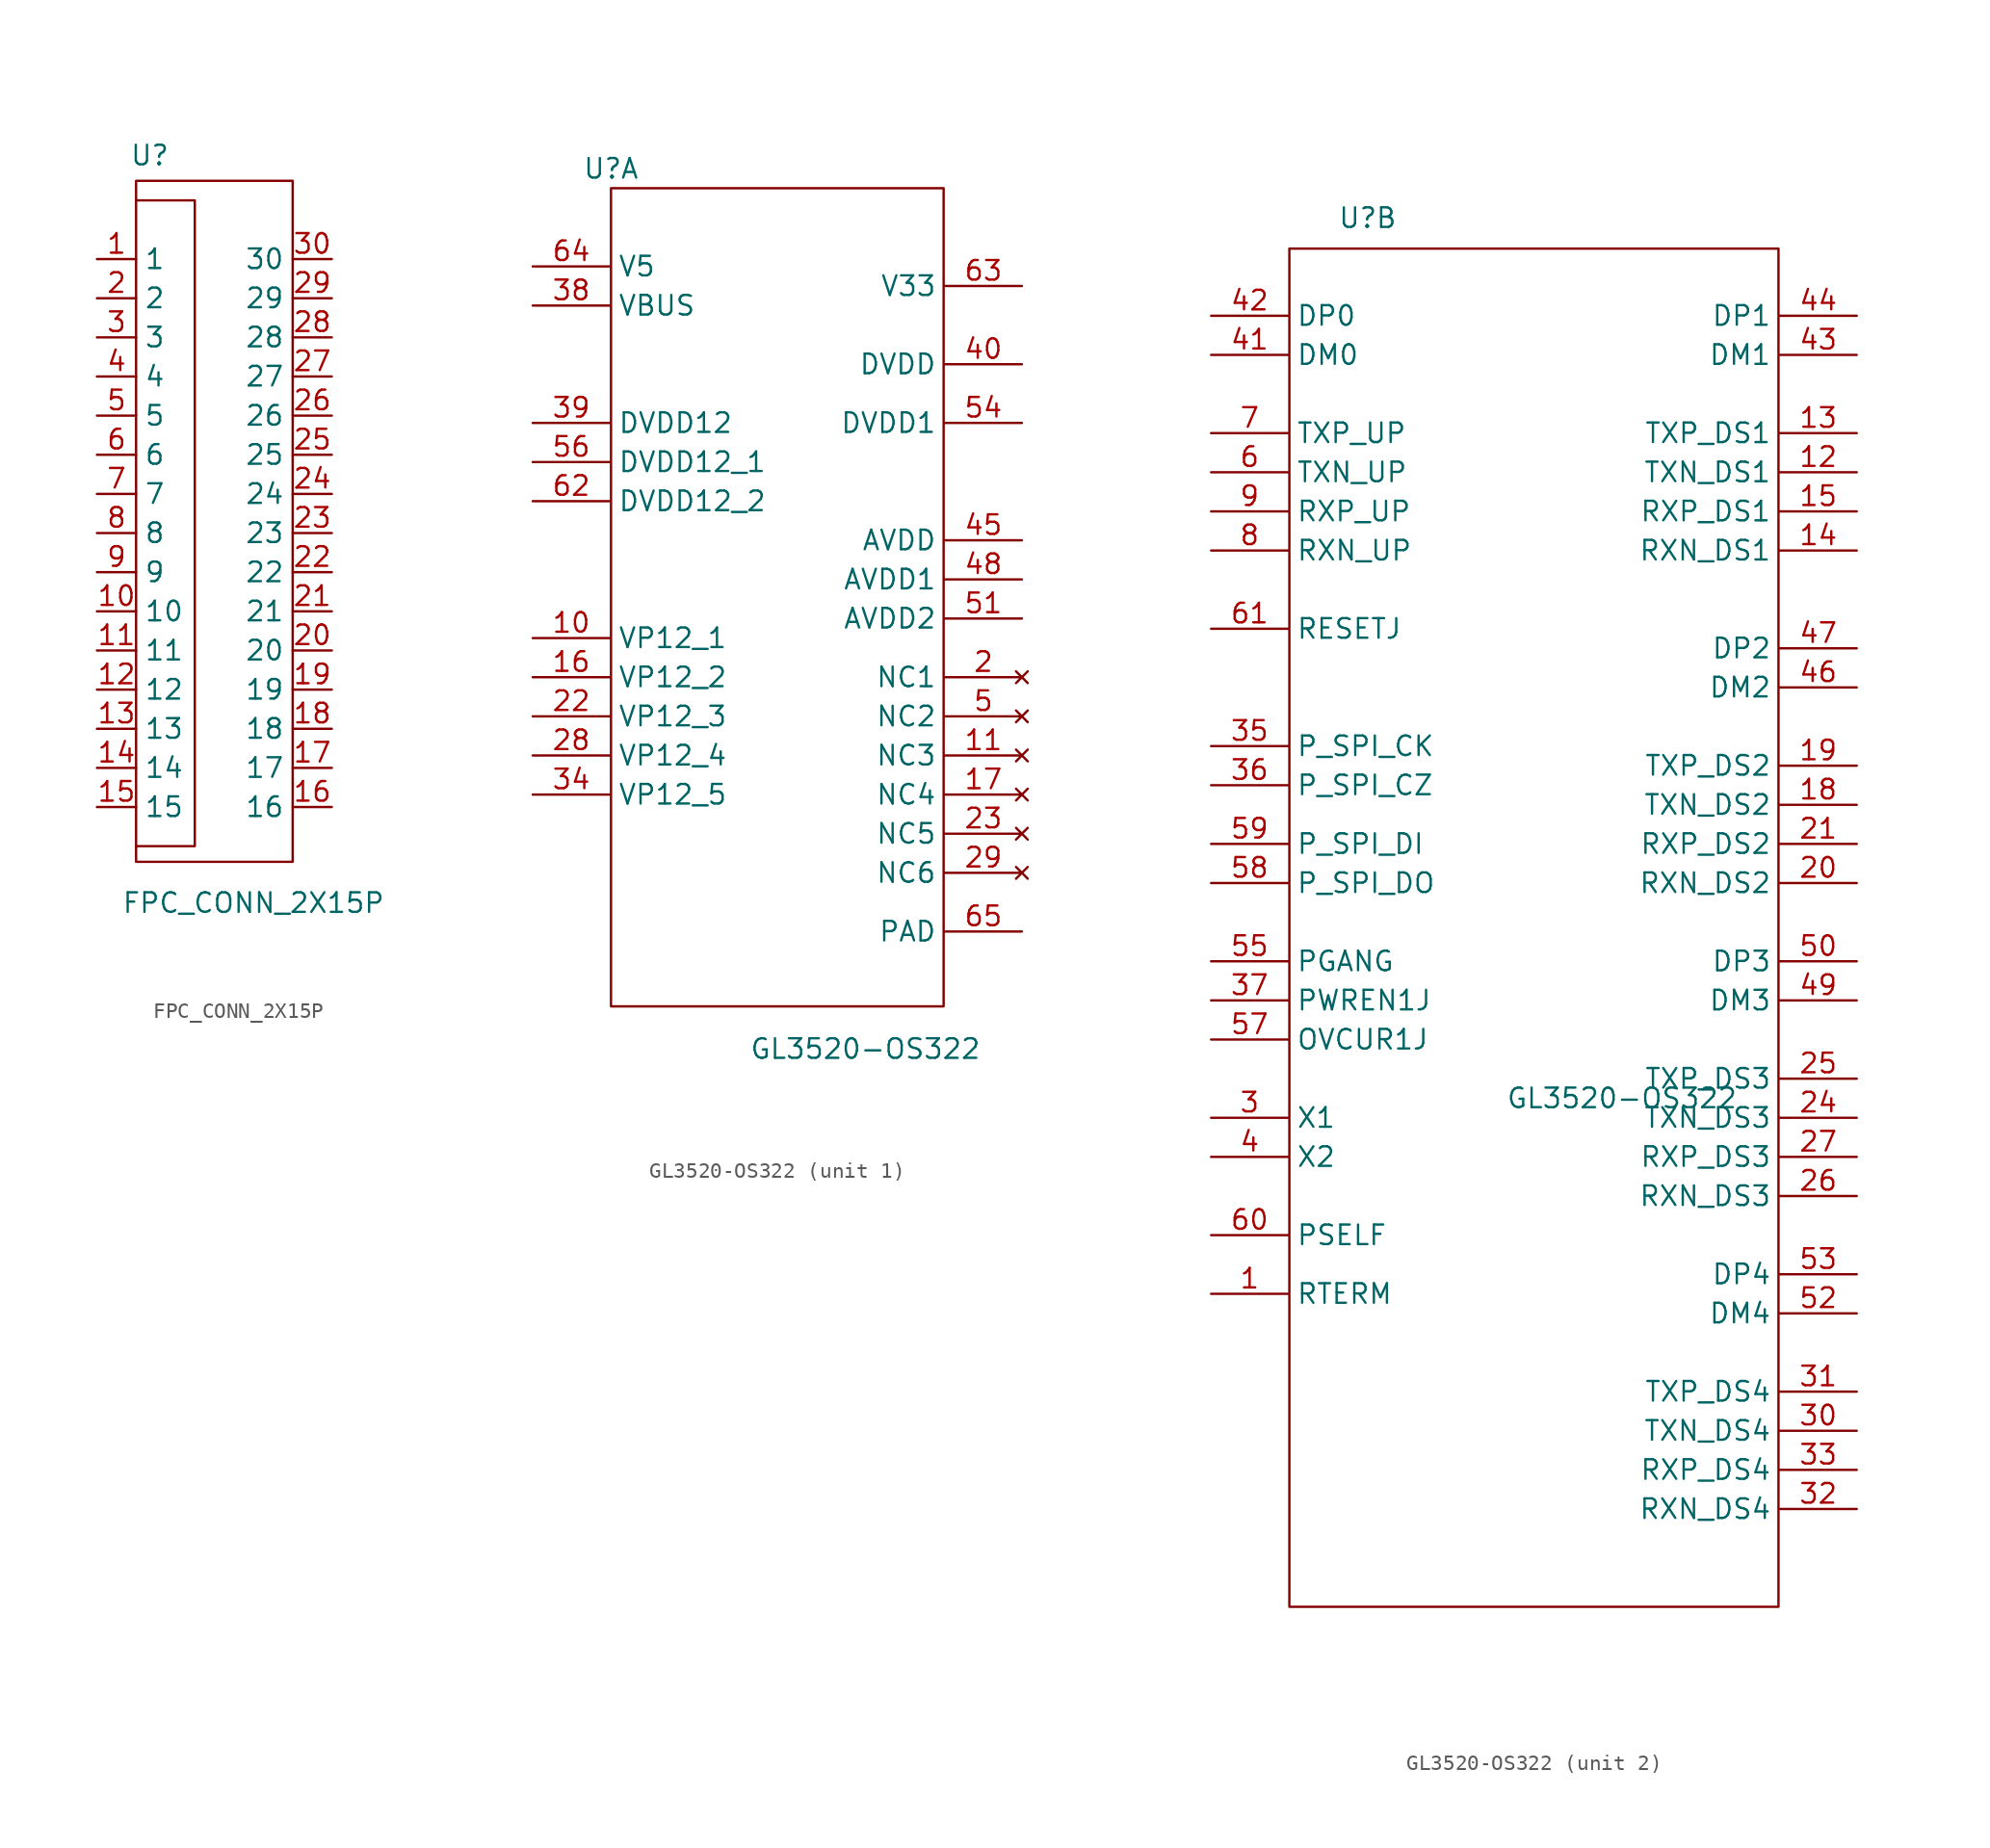
<source format=kicad_sym>
(kicad_symbol_lib
  (version 20201005)
  (generator kicad_symbol_editor)
  (symbol "BeagleV:FPC_CONN_2X15P"
    (property "Reference" "U"
      (at -4.191 23.241 0)
      (effects (font (size 1.27 1.27))))
    (property "Value" "FPC_CONN_2X15P"
      (at 2.54 -25.273 0)
      (effects (font (size 1.27 1.27))))
    (symbol "FPC_CONN_2X15P_0_1"
      (rectangle (start -5.08 21.59) (end 5.08 -22.606) (stroke (width 0.152)) (fill (type none)))
      (polyline (pts (xy -5.08 20.32) (xy -1.27 20.32) (xy -1.27 -21.59) (xy -5.08 -21.59)) (stroke (width 0.152)) (fill (type none))))
    (symbol "FPC_CONN_2X15P_1_1"
      (pin input line (at -7.62 16.51 0) (length 2.54) (name "1" (effects (font (size 1.27 1.27)))) (number "1" (effects (font (size 1.27 1.27)))))
      (pin input line (at -7.62 -6.35 0) (length 2.54) (name "10" (effects (font (size 1.27 1.27)))) (number "10" (effects (font (size 1.27 1.27)))))
      (pin input line (at -7.62 -8.89 0) (length 2.54) (name "11" (effects (font (size 1.27 1.27)))) (number "11" (effects (font (size 1.27 1.27)))))
      (pin input line (at -7.62 -11.43 0) (length 2.54) (name "12" (effects (font (size 1.27 1.27)))) (number "12" (effects (font (size 1.27 1.27)))))
      (pin input line (at -7.62 -13.97 0) (length 2.54) (name "13" (effects (font (size 1.27 1.27)))) (number "13" (effects (font (size 1.27 1.27)))))
      (pin input line (at -7.62 -16.51 0) (length 2.54) (name "14" (effects (font (size 1.27 1.27)))) (number "14" (effects (font (size 1.27 1.27)))))
      (pin input line (at -7.62 -19.05 0) (length 2.54) (name "15" (effects (font (size 1.27 1.27)))) (number "15" (effects (font (size 1.27 1.27)))))
      (pin input line (at 7.62 -19.05 180) (length 2.54) (name "16" (effects (font (size 1.27 1.27)))) (number "16" (effects (font (size 1.27 1.27)))))
      (pin input line (at 7.62 -16.51 180) (length 2.54) (name "17" (effects (font (size 1.27 1.27)))) (number "17" (effects (font (size 1.27 1.27)))))
      (pin input line (at 7.62 -13.97 180) (length 2.54) (name "18" (effects (font (size 1.27 1.27)))) (number "18" (effects (font (size 1.27 1.27)))))
      (pin input line (at 7.62 -11.43 180) (length 2.54) (name "19" (effects (font (size 1.27 1.27)))) (number "19" (effects (font (size 1.27 1.27)))))
      (pin input line (at -7.62 13.97 0) (length 2.54) (name "2" (effects (font (size 1.27 1.27)))) (number "2" (effects (font (size 1.27 1.27)))))
      (pin input line (at 7.62 -8.89 180) (length 2.54) (name "20" (effects (font (size 1.27 1.27)))) (number "20" (effects (font (size 1.27 1.27)))))
      (pin input line (at 7.62 -6.35 180) (length 2.54) (name "21" (effects (font (size 1.27 1.27)))) (number "21" (effects (font (size 1.27 1.27)))))
      (pin input line (at 7.62 -3.81 180) (length 2.54) (name "22" (effects (font (size 1.27 1.27)))) (number "22" (effects (font (size 1.27 1.27)))))
      (pin input line (at 7.62 -1.27 180) (length 2.54) (name "23" (effects (font (size 1.27 1.27)))) (number "23" (effects (font (size 1.27 1.27)))))
      (pin input line (at 7.62 1.27 180) (length 2.54) (name "24" (effects (font (size 1.27 1.27)))) (number "24" (effects (font (size 1.27 1.27)))))
      (pin input line (at 7.62 3.81 180) (length 2.54) (name "25" (effects (font (size 1.27 1.27)))) (number "25" (effects (font (size 1.27 1.27)))))
      (pin input line (at 7.62 6.35 180) (length 2.54) (name "26" (effects (font (size 1.27 1.27)))) (number "26" (effects (font (size 1.27 1.27)))))
      (pin input line (at 7.62 8.89 180) (length 2.54) (name "27" (effects (font (size 1.27 1.27)))) (number "27" (effects (font (size 1.27 1.27)))))
      (pin input line (at 7.62 11.43 180) (length 2.54) (name "28" (effects (font (size 1.27 1.27)))) (number "28" (effects (font (size 1.27 1.27)))))
      (pin input line (at 7.62 13.97 180) (length 2.54) (name "29" (effects (font (size 1.27 1.27)))) (number "29" (effects (font (size 1.27 1.27)))))
      (pin input line (at -7.62 11.43 0) (length 2.54) (name "3" (effects (font (size 1.27 1.27)))) (number "3" (effects (font (size 1.27 1.27)))))
      (pin input line (at 7.62 16.51 180) (length 2.54) (name "30" (effects (font (size 1.27 1.27)))) (number "30" (effects (font (size 1.27 1.27)))))
      (pin input line (at -7.62 8.89 0) (length 2.54) (name "4" (effects (font (size 1.27 1.27)))) (number "4" (effects (font (size 1.27 1.27)))))
      (pin input line (at -7.62 6.35 0) (length 2.54) (name "5" (effects (font (size 1.27 1.27)))) (number "5" (effects (font (size 1.27 1.27)))))
      (pin input line (at -7.62 3.81 0) (length 2.54) (name "6" (effects (font (size 1.27 1.27)))) (number "6" (effects (font (size 1.27 1.27)))))
      (pin input line (at -7.62 1.27 0) (length 2.54) (name "7" (effects (font (size 1.27 1.27)))) (number "7" (effects (font (size 1.27 1.27)))))
      (pin input line (at -7.62 -1.27 0) (length 2.54) (name "8" (effects (font (size 1.27 1.27)))) (number "8" (effects (font (size 1.27 1.27)))))
      (pin input line (at -7.62 -3.81 0) (length 2.54) (name "9" (effects (font (size 1.27 1.27)))) (number "9" (effects (font (size 1.27 1.27)))))))
  (symbol "BeagleV:GL3520-OS322"
    (property "Reference" "U"
      (at -10.16 21.59 0)
      (effects (font (size 1.27 1.27))))
    (property "Value" "GL3520-OS322"
      (at 6.35 -35.56 0)
      (effects (font (size 1.27 1.27))))
    (property "ki_locked" ""
      (at 0 0 0)
      (effects (font (size 1.27 1.27))))
    (symbol "GL3520-OS322_1_1"
      (rectangle (start -10.16 20.32) (end 11.43 -32.8) (stroke (width 0.152)) (fill (type none)))
      (pin power_in line (at -15.24 -8.89 0) (length 5) (name "VP12_1" (effects (font (size 1.27 1.27)))) (number "10" (effects (font (size 1.27 1.27)))))
      (pin no_connect line (at 16.51 -16.51 180) (length 5) (name "NC3" (effects (font (size 1.27 1.27)))) (number "11" (effects (font (size 1.27 1.27)))))
      (pin power_in line (at -15.24 -11.43 0) (length 5) (name "VP12_2" (effects (font (size 1.27 1.27)))) (number "16" (effects (font (size 1.27 1.27)))))
      (pin no_connect line (at 16.51 -19.05 180) (length 5) (name "NC4" (effects (font (size 1.27 1.27)))) (number "17" (effects (font (size 1.27 1.27)))))
      (pin no_connect line (at 16.51 -11.43 180) (length 5) (name "NC1" (effects (font (size 1.27 1.27)))) (number "2" (effects (font (size 1.27 1.27)))))
      (pin power_in line (at -15.24 -13.97 0) (length 5) (name "VP12_3" (effects (font (size 1.27 1.27)))) (number "22" (effects (font (size 1.27 1.27)))))
      (pin no_connect line (at 16.51 -21.59 180) (length 5) (name "NC5" (effects (font (size 1.27 1.27)))) (number "23" (effects (font (size 1.27 1.27)))))
      (pin power_in line (at -15.24 -16.51 0) (length 5) (name "VP12_4" (effects (font (size 1.27 1.27)))) (number "28" (effects (font (size 1.27 1.27)))))
      (pin no_connect line (at 16.51 -24.13 180) (length 5) (name "NC6" (effects (font (size 1.27 1.27)))) (number "29" (effects (font (size 1.27 1.27)))))
      (pin power_in line (at -15.24 -19.05 0) (length 5) (name "VP12_5" (effects (font (size 1.27 1.27)))) (number "34" (effects (font (size 1.27 1.27)))))
      (pin power_in line (at -15.24 12.7 0) (length 5) (name "VBUS" (effects (font (size 1.27 1.27)))) (number "38" (effects (font (size 1.27 1.27)))))
      (pin power_in line (at -15.24 5.08 0) (length 5) (name "DVDD12" (effects (font (size 1.27 1.27)))) (number "39" (effects (font (size 1.27 1.27)))))
      (pin power_in line (at 16.51 8.89 180) (length 5) (name "DVDD" (effects (font (size 1.27 1.27)))) (number "40" (effects (font (size 1.27 1.27)))))
      (pin power_in line (at 16.51 -2.54 180) (length 5) (name "AVDD" (effects (font (size 1.27 1.27)))) (number "45" (effects (font (size 1.27 1.27)))))
      (pin power_in line (at 16.51 -5.08 180) (length 5) (name "AVDD1" (effects (font (size 1.27 1.27)))) (number "48" (effects (font (size 1.27 1.27)))))
      (pin no_connect line (at 16.51 -13.97 180) (length 5) (name "NC2" (effects (font (size 1.27 1.27)))) (number "5" (effects (font (size 1.27 1.27)))))
      (pin power_in line (at 16.51 -7.62 180) (length 5) (name "AVDD2" (effects (font (size 1.27 1.27)))) (number "51" (effects (font (size 1.27 1.27)))))
      (pin power_in line (at 16.51 5.08 180) (length 5) (name "DVDD1" (effects (font (size 1.27 1.27)))) (number "54" (effects (font (size 1.27 1.27)))))
      (pin power_in line (at -15.24 2.54 0) (length 5) (name "DVDD12_1" (effects (font (size 1.27 1.27)))) (number "56" (effects (font (size 1.27 1.27)))))
      (pin power_in line (at -15.24 0 0) (length 5) (name "DVDD12_2" (effects (font (size 1.27 1.27)))) (number "62" (effects (font (size 1.27 1.27)))))
      (pin power_in line (at 16.51 13.97 180) (length 5) (name "V33" (effects (font (size 1.27 1.27)))) (number "63" (effects (font (size 1.27 1.27)))))
      (pin power_in line (at -15.24 15.24 0) (length 5) (name "V5" (effects (font (size 1.27 1.27)))) (number "64" (effects (font (size 1.27 1.27)))))
      (pin passive line (at 16.51 -27.94 180) (length 5) (name "PAD" (effects (font (size 1.27 1.27)))) (number "65" (effects (font (size 1.27 1.27))))))
    (symbol "GL3520-OS322_2_1"
      (rectangle (start -15.24 19.6) (end 16.51 -68.58) (stroke (width 0.152)) (fill (type none)))
      (pin input line (at -20.32 -48.26 0) (length 5) (name "RTERM" (effects (font (size 1.27 1.27)))) (number "1" (effects (font (size 1.27 1.27)))))
      (pin output line (at 21.59 5.08 180) (length 5) (name "TXN_DS1" (effects (font (size 1.27 1.27)))) (number "12" (effects (font (size 1.27 1.27)))))
      (pin output line (at 21.59 7.62 180) (length 5) (name "TXP_DS1" (effects (font (size 1.27 1.27)))) (number "13" (effects (font (size 1.27 1.27)))))
      (pin input line (at 21.59 0 180) (length 5) (name "RXN_DS1" (effects (font (size 1.27 1.27)))) (number "14" (effects (font (size 1.27 1.27)))))
      (pin input line (at 21.59 2.54 180) (length 5) (name "RXP_DS1" (effects (font (size 1.27 1.27)))) (number "15" (effects (font (size 1.27 1.27)))))
      (pin output line (at 21.59 -16.51 180) (length 5) (name "TXN_DS2" (effects (font (size 1.27 1.27)))) (number "18" (effects (font (size 1.27 1.27)))))
      (pin output line (at 21.59 -13.97 180) (length 5) (name "TXP_DS2" (effects (font (size 1.27 1.27)))) (number "19" (effects (font (size 1.27 1.27)))))
      (pin input line (at 21.59 -21.59 180) (length 5) (name "RXN_DS2" (effects (font (size 1.27 1.27)))) (number "20" (effects (font (size 1.27 1.27)))))
      (pin input line (at 21.59 -19.05 180) (length 5) (name "RXP_DS2" (effects (font (size 1.27 1.27)))) (number "21" (effects (font (size 1.27 1.27)))))
      (pin output line (at 21.59 -36.83 180) (length 5) (name "TXN_DS3" (effects (font (size 1.27 1.27)))) (number "24" (effects (font (size 1.27 1.27)))))
      (pin output line (at 21.59 -34.29 180) (length 5) (name "TXP_DS3" (effects (font (size 1.27 1.27)))) (number "25" (effects (font (size 1.27 1.27)))))
      (pin input line (at 21.59 -41.91 180) (length 5) (name "RXN_DS3" (effects (font (size 1.27 1.27)))) (number "26" (effects (font (size 1.27 1.27)))))
      (pin input line (at 21.59 -39.37 180) (length 5) (name "RXP_DS3" (effects (font (size 1.27 1.27)))) (number "27" (effects (font (size 1.27 1.27)))))
      (pin input line (at -20.32 -36.83 0) (length 5) (name "X1" (effects (font (size 1.27 1.27)))) (number "3" (effects (font (size 1.27 1.27)))))
      (pin output line (at 21.59 -57.15 180) (length 5) (name "TXN_DS4" (effects (font (size 1.27 1.27)))) (number "30" (effects (font (size 1.27 1.27)))))
      (pin output line (at 21.59 -54.61 180) (length 5) (name "TXP_DS4" (effects (font (size 1.27 1.27)))) (number "31" (effects (font (size 1.27 1.27)))))
      (pin input line (at 21.59 -62.23 180) (length 5) (name "RXN_DS4" (effects (font (size 1.27 1.27)))) (number "32" (effects (font (size 1.27 1.27)))))
      (pin input line (at 21.59 -59.69 180) (length 5) (name "RXP_DS4" (effects (font (size 1.27 1.27)))) (number "33" (effects (font (size 1.27 1.27)))))
      (pin input line (at -20.32 -12.7 0) (length 5) (name "P_SPI_CK" (effects (font (size 1.27 1.27)))) (number "35" (effects (font (size 1.27 1.27)))))
      (pin input line (at -20.32 -15.24 0) (length 5) (name "P_SPI_CZ" (effects (font (size 1.27 1.27)))) (number "36" (effects (font (size 1.27 1.27)))))
      (pin input line (at -20.32 -29.21 0) (length 5) (name "PWREN1J" (effects (font (size 1.27 1.27)))) (number "37" (effects (font (size 1.27 1.27)))))
      (pin input line (at -20.32 -39.37 0) (length 5) (name "X2" (effects (font (size 1.27 1.27)))) (number "4" (effects (font (size 1.27 1.27)))))
      (pin input line (at -20.32 12.7 0) (length 5) (name "DM0" (effects (font (size 1.27 1.27)))) (number "41" (effects (font (size 1.27 1.27)))))
      (pin input line (at -20.32 15.24 0) (length 5) (name "DP0" (effects (font (size 1.27 1.27)))) (number "42" (effects (font (size 1.27 1.27)))))
      (pin input line (at 21.59 12.7 180) (length 5) (name "DM1" (effects (font (size 1.27 1.27)))) (number "43" (effects (font (size 1.27 1.27)))))
      (pin input line (at 21.59 15.24 180) (length 5) (name "DP1" (effects (font (size 1.27 1.27)))) (number "44" (effects (font (size 1.27 1.27)))))
      (pin input line (at 21.59 -8.89 180) (length 5) (name "DM2" (effects (font (size 1.27 1.27)))) (number "46" (effects (font (size 1.27 1.27)))))
      (pin input line (at 21.59 -6.35 180) (length 5) (name "DP2" (effects (font (size 1.27 1.27)))) (number "47" (effects (font (size 1.27 1.27)))))
      (pin input line (at 21.59 -29.21 180) (length 5) (name "DM3" (effects (font (size 1.27 1.27)))) (number "49" (effects (font (size 1.27 1.27)))))
      (pin input line (at 21.59 -26.67 180) (length 5) (name "DP3" (effects (font (size 1.27 1.27)))) (number "50" (effects (font (size 1.27 1.27)))))
      (pin input line (at 21.59 -49.53 180) (length 5) (name "DM4" (effects (font (size 1.27 1.27)))) (number "52" (effects (font (size 1.27 1.27)))))
      (pin input line (at 21.59 -46.99 180) (length 5) (name "DP4" (effects (font (size 1.27 1.27)))) (number "53" (effects (font (size 1.27 1.27)))))
      (pin input line (at -20.32 -26.67 0) (length 5) (name "PGANG" (effects (font (size 1.27 1.27)))) (number "55" (effects (font (size 1.27 1.27)))))
      (pin input line (at -20.32 -31.75 0) (length 5) (name "OVCUR1J" (effects (font (size 1.27 1.27)))) (number "57" (effects (font (size 1.27 1.27)))))
      (pin input line (at -20.32 -21.59 0) (length 5) (name "P_SPI_DO" (effects (font (size 1.27 1.27)))) (number "58" (effects (font (size 1.27 1.27)))))
      (pin input line (at -20.32 -19.05 0) (length 5) (name "P_SPI_DI" (effects (font (size 1.27 1.27)))) (number "59" (effects (font (size 1.27 1.27)))))
      (pin output line (at -20.32 5.08 0) (length 5) (name "TXN_UP" (effects (font (size 1.27 1.27)))) (number "6" (effects (font (size 1.27 1.27)))))
      (pin input line (at -20.32 -44.45 0) (length 5) (name "PSELF" (effects (font (size 1.27 1.27)))) (number "60" (effects (font (size 1.27 1.27)))))
      (pin input line (at -20.32 -5.08 0) (length 5) (name "RESETJ" (effects (font (size 1.27 1.27)))) (number "61" (effects (font (size 1.27 1.27)))))
      (pin output line (at -20.32 7.62 0) (length 5) (name "TXP_UP" (effects (font (size 1.27 1.27)))) (number "7" (effects (font (size 1.27 1.27)))))
      (pin input line (at -20.32 0 0) (length 5) (name "RXN_UP" (effects (font (size 1.27 1.27)))) (number "8" (effects (font (size 1.27 1.27)))))
      (pin input line (at -20.32 2.54 0) (length 5) (name "RXP_UP" (effects (font (size 1.27 1.27)))) (number "9" (effects (font (size 1.27 1.27))))))))
</source>
